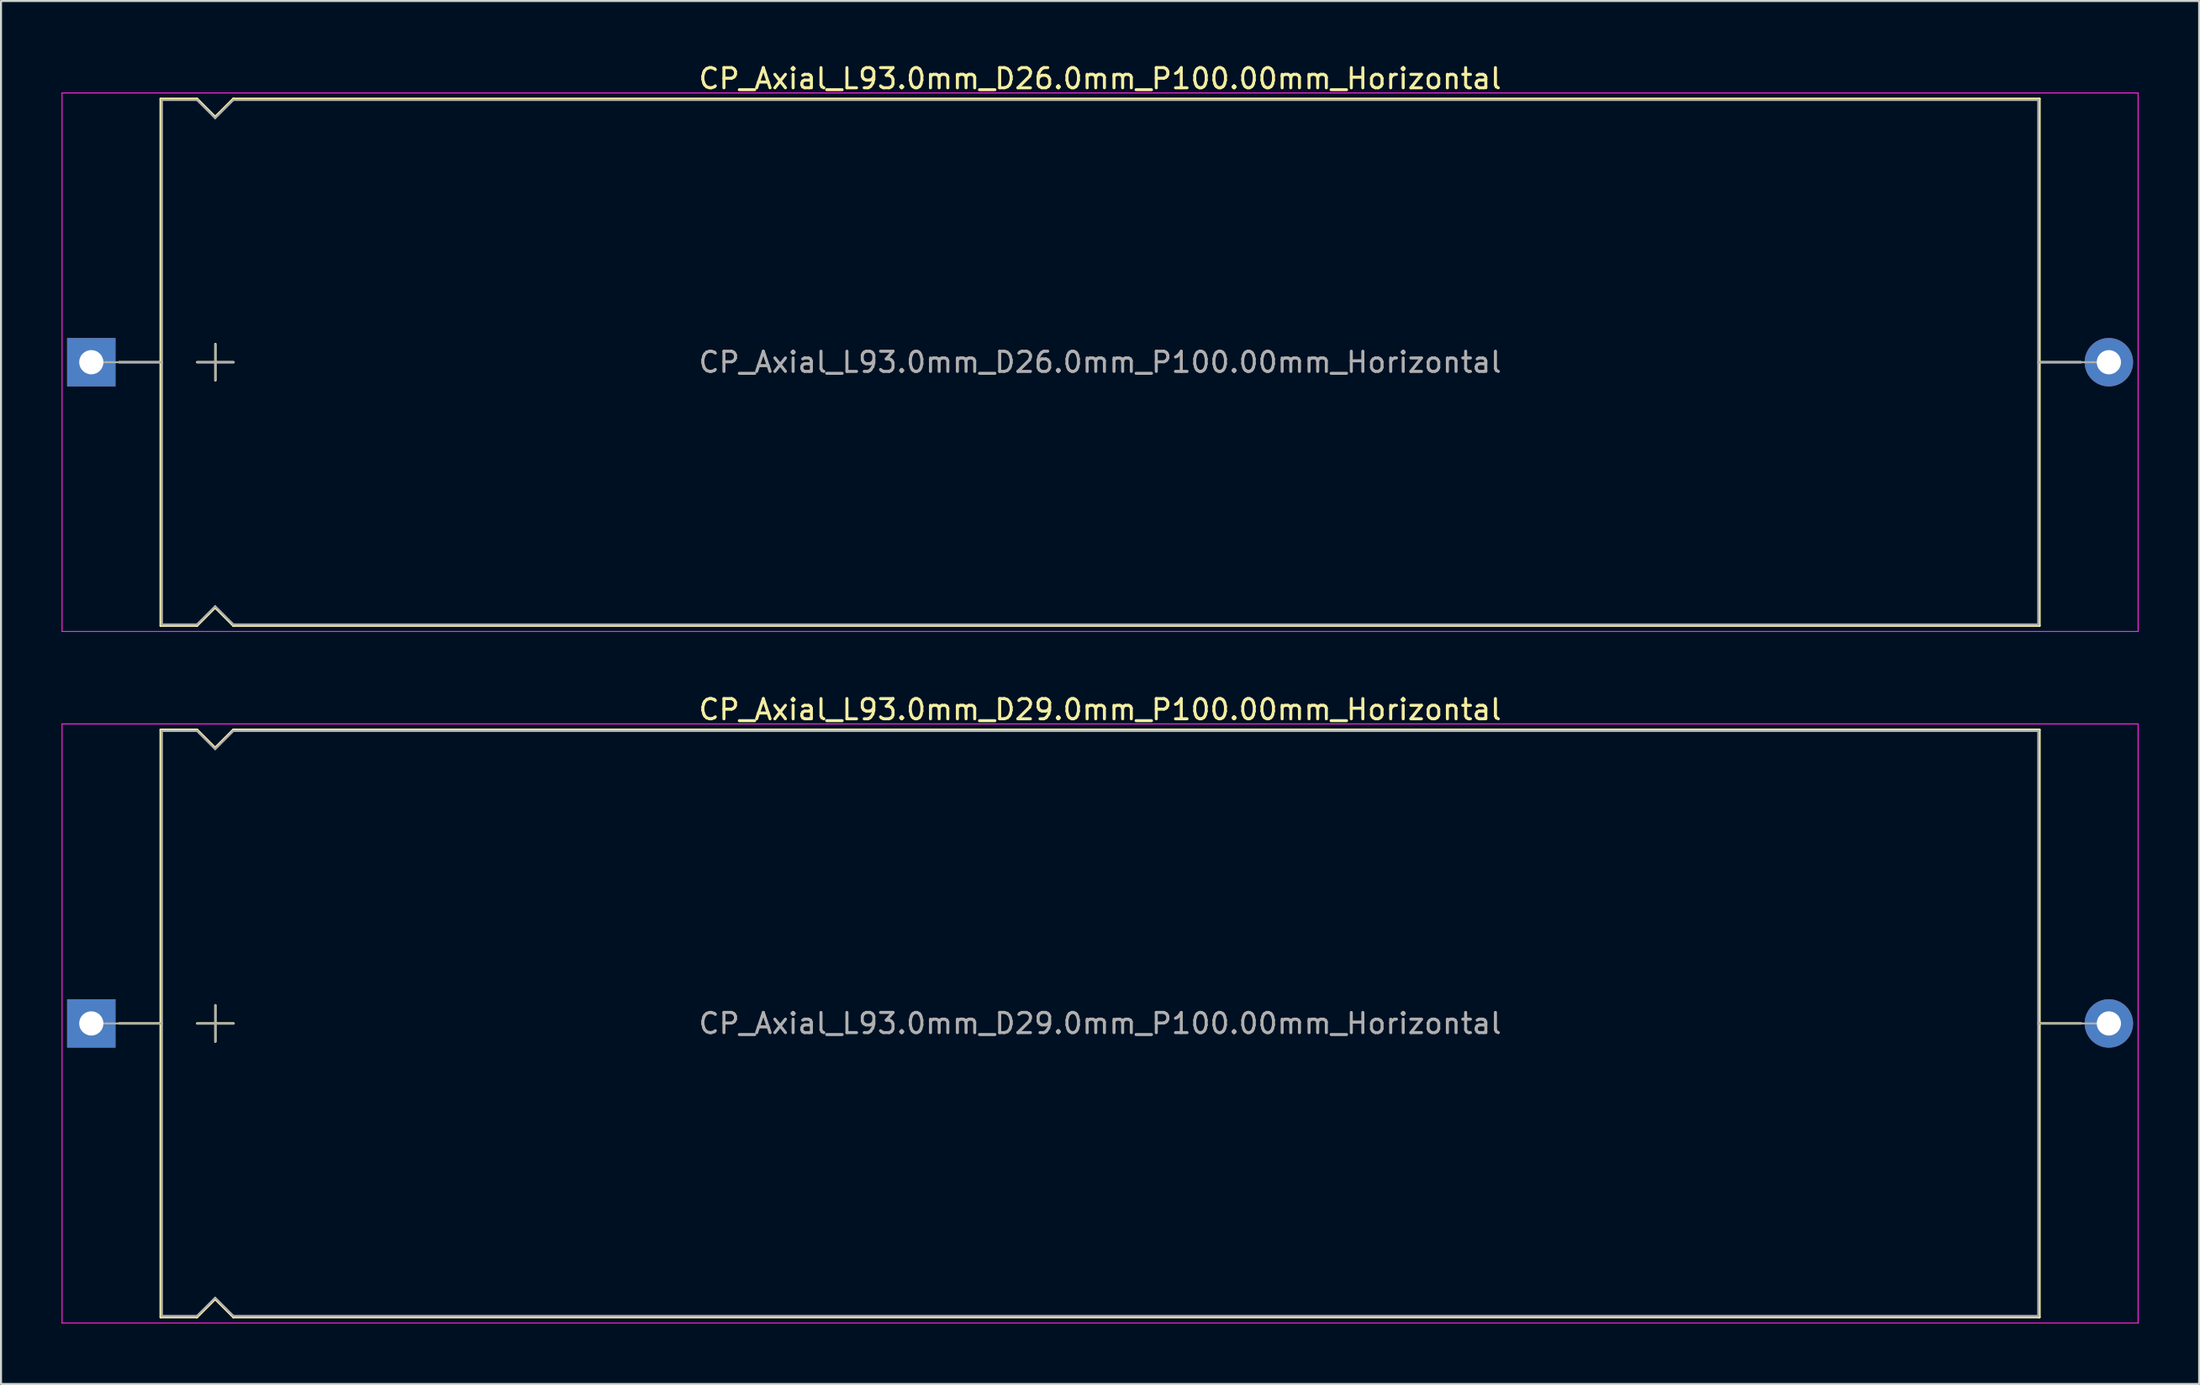
<source format=kicad_pcb>
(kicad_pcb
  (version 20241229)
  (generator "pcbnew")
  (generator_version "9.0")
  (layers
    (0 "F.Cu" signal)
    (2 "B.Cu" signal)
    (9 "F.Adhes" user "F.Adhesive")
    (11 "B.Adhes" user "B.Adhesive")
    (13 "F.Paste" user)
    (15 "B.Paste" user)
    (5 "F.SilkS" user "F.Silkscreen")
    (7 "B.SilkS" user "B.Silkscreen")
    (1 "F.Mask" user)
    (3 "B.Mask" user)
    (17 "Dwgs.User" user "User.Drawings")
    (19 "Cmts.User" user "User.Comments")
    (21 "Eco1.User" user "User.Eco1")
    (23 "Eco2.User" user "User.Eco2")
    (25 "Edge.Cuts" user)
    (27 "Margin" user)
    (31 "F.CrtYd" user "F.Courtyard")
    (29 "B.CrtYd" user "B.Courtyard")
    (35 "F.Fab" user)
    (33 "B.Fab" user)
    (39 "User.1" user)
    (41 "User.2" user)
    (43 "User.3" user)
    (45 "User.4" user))
  (footprint "CP_Axial_L93.0mm_D29.0mm_P100.00mm_Horizontal"
    (layer "F.Cu")
    (at 1.475 47.691)
    (property "Reference" "CP_Axial_L93.0mm_D29.0mm_P100.00mm_Horizontal" (at 50 -15.56 0) (layer "F.SilkS") (effects (font (size 1 1) (thickness 0.15))))
    (attr through_hole)
    (fp_line (start 1.38 0) (end 3.44 0) (stroke (width 0.12) (type solid)) (layer "F.SilkS"))
    (fp_line (start 3.44 -14.56) (end 3.44 14.56) (stroke (width 0.12) (type solid)) (layer "F.SilkS"))
    (fp_line (start 3.44 -14.56) (end 5.24 -14.56) (stroke (width 0.12) (type solid)) (layer "F.SilkS"))
    (fp_line (start 3.44 14.56) (end 5.24 14.56) (stroke (width 0.12) (type solid)) (layer "F.SilkS"))
    (fp_line (start 5.24 -14.56) (end 6.14 -13.66) (stroke (width 0.12) (type solid)) (layer "F.SilkS"))
    (fp_line (start 5.24 14.56) (end 6.14 13.66) (stroke (width 0.12) (type solid)) (layer "F.SilkS"))
    (fp_line (start 5.25 0) (end 7.05 0) (stroke (width 0.12) (type solid)) (layer "F.SilkS"))
    (fp_line (start 6.14 -13.66) (end 7.04 -14.56) (stroke (width 0.12) (type solid)) (layer "F.SilkS"))
    (fp_line (start 6.14 13.66) (end 7.04 14.56) (stroke (width 0.12) (type solid)) (layer "F.SilkS"))
    (fp_line (start 6.15 -0.9) (end 6.15 0.9) (stroke (width 0.12) (type solid)) (layer "F.SilkS"))
    (fp_line (start 7.04 -14.56) (end 96.56 -14.56) (stroke (width 0.12) (type solid)) (layer "F.SilkS"))
    (fp_line (start 7.04 14.56) (end 96.56 14.56) (stroke (width 0.12) (type solid)) (layer "F.SilkS"))
    (fp_line (start 96.56 -14.56) (end 96.56 14.56) (stroke (width 0.12) (type solid)) (layer "F.SilkS"))
    (fp_line (start 98.62 0) (end 96.56 0) (stroke (width 0.12) (type solid)) (layer "F.SilkS"))
    (fp_line (start -1.45 -14.85) (end -1.45 14.85) (stroke (width 0.05) (type solid)) (layer "F.CrtYd"))
    (fp_line (start -1.45 14.85) (end 101.45 14.85) (stroke (width 0.05) (type solid)) (layer "F.CrtYd"))
    (fp_line (start 101.45 -14.85) (end -1.45 -14.85) (stroke (width 0.05) (type solid)) (layer "F.CrtYd"))
    (fp_line (start 101.45 14.85) (end 101.45 -14.85) (stroke (width 0.05) (type solid)) (layer "F.CrtYd"))
    (fp_line (start 0 0) (end 3.5 0) (stroke (width 0.1) (type solid)) (layer "F.Fab"))
    (fp_line (start 3.5 -14.5) (end 3.5 14.5) (stroke (width 0.1) (type solid)) (layer "F.Fab"))
    (fp_line (start 3.5 -14.5) (end 5.24 -14.5) (stroke (width 0.1) (type solid)) (layer "F.Fab"))
    (fp_line (start 3.5 14.5) (end 5.24 14.5) (stroke (width 0.1) (type solid)) (layer "F.Fab"))
    (fp_line (start 5.24 -14.5) (end 6.14 -13.6) (stroke (width 0.1) (type solid)) (layer "F.Fab"))
    (fp_line (start 5.24 14.5) (end 6.14 13.6) (stroke (width 0.1) (type solid)) (layer "F.Fab"))
    (fp_line (start 5.25 0) (end 7.05 0) (stroke (width 0.1) (type solid)) (layer "F.Fab"))
    (fp_line (start 6.14 -13.6) (end 7.04 -14.5) (stroke (width 0.1) (type solid)) (layer "F.Fab"))
    (fp_line (start 6.14 13.6) (end 7.04 14.5) (stroke (width 0.1) (type solid)) (layer "F.Fab"))
    (fp_line (start 6.15 -0.9) (end 6.15 0.9) (stroke (width 0.1) (type solid)) (layer "F.Fab"))
    (fp_line (start 7.04 -14.5) (end 96.5 -14.5) (stroke (width 0.1) (type solid)) (layer "F.Fab"))
    (fp_line (start 7.04 14.5) (end 96.5 14.5) (stroke (width 0.1) (type solid)) (layer "F.Fab"))
    (fp_line (start 96.5 -14.5) (end 96.5 14.5) (stroke (width 0.1) (type solid)) (layer "F.Fab"))
    (fp_line (start 100 0) (end 96.5 0) (stroke (width 0.1) (type solid)) (layer "F.Fab"))
    (fp_text user "${REFERENCE}" (at 50 0 0) (layer "F.Fab") (effects (font (size 1 1) (thickness 0.15))))
    (pad "1" thru_hole rect (at 0 0) (size 2.4 2.4) (drill 1.2) (layers "*.Cu" "*.Mask"))
    (pad "2" thru_hole oval (at 100 0) (size 2.4 2.4) (drill 1.2) (layers "*.Cu" "*.Mask")))
  (footprint "CP_Axial_L93.0mm_D26.0mm_P100.00mm_Horizontal"
    (layer "F.Cu")
    (at 1.475 14.908)
    (property "Reference" "CP_Axial_L93.0mm_D26.0mm_P100.00mm_Horizontal" (at 50 -14.06 0) (layer "F.SilkS") (effects (font (size 1 1) (thickness 0.15))))
    (attr through_hole)
    (fp_line (start 1.38 0) (end 3.44 0) (stroke (width 0.12) (type solid)) (layer "F.SilkS"))
    (fp_line (start 3.44 -13.06) (end 3.44 13.06) (stroke (width 0.12) (type solid)) (layer "F.SilkS"))
    (fp_line (start 3.44 -13.06) (end 5.24 -13.06) (stroke (width 0.12) (type solid)) (layer "F.SilkS"))
    (fp_line (start 3.44 13.06) (end 5.24 13.06) (stroke (width 0.12) (type solid)) (layer "F.SilkS"))
    (fp_line (start 5.24 -13.06) (end 6.14 -12.16) (stroke (width 0.12) (type solid)) (layer "F.SilkS"))
    (fp_line (start 5.24 13.06) (end 6.14 12.16) (stroke (width 0.12) (type solid)) (layer "F.SilkS"))
    (fp_line (start 5.25 0) (end 7.05 0) (stroke (width 0.12) (type solid)) (layer "F.SilkS"))
    (fp_line (start 6.14 -12.16) (end 7.04 -13.06) (stroke (width 0.12) (type solid)) (layer "F.SilkS"))
    (fp_line (start 6.14 12.16) (end 7.04 13.06) (stroke (width 0.12) (type solid)) (layer "F.SilkS"))
    (fp_line (start 6.15 -0.9) (end 6.15 0.9) (stroke (width 0.12) (type solid)) (layer "F.SilkS"))
    (fp_line (start 7.04 -13.06) (end 96.56 -13.06) (stroke (width 0.12) (type solid)) (layer "F.SilkS"))
    (fp_line (start 7.04 13.06) (end 96.56 13.06) (stroke (width 0.12) (type solid)) (layer "F.SilkS"))
    (fp_line (start 96.56 -13.06) (end 96.56 13.06) (stroke (width 0.12) (type solid)) (layer "F.SilkS"))
    (fp_line (start 98.62 0) (end 96.56 0) (stroke (width 0.12) (type solid)) (layer "F.SilkS"))
    (fp_line (start -1.45 -13.35) (end -1.45 13.35) (stroke (width 0.05) (type solid)) (layer "F.CrtYd"))
    (fp_line (start -1.45 13.35) (end 101.45 13.35) (stroke (width 0.05) (type solid)) (layer "F.CrtYd"))
    (fp_line (start 101.45 -13.35) (end -1.45 -13.35) (stroke (width 0.05) (type solid)) (layer "F.CrtYd"))
    (fp_line (start 101.45 13.35) (end 101.45 -13.35) (stroke (width 0.05) (type solid)) (layer "F.CrtYd"))
    (fp_line (start 0 0) (end 3.5 0) (stroke (width 0.1) (type solid)) (layer "F.Fab"))
    (fp_line (start 3.5 -13) (end 3.5 13) (stroke (width 0.1) (type solid)) (layer "F.Fab"))
    (fp_line (start 3.5 -13) (end 5.24 -13) (stroke (width 0.1) (type solid)) (layer "F.Fab"))
    (fp_line (start 3.5 13) (end 5.24 13) (stroke (width 0.1) (type solid)) (layer "F.Fab"))
    (fp_line (start 5.24 -13) (end 6.14 -12.1) (stroke (width 0.1) (type solid)) (layer "F.Fab"))
    (fp_line (start 5.24 13) (end 6.14 12.1) (stroke (width 0.1) (type solid)) (layer "F.Fab"))
    (fp_line (start 5.25 0) (end 7.05 0) (stroke (width 0.1) (type solid)) (layer "F.Fab"))
    (fp_line (start 6.14 -12.1) (end 7.04 -13) (stroke (width 0.1) (type solid)) (layer "F.Fab"))
    (fp_line (start 6.14 12.1) (end 7.04 13) (stroke (width 0.1) (type solid)) (layer "F.Fab"))
    (fp_line (start 6.15 -0.9) (end 6.15 0.9) (stroke (width 0.1) (type solid)) (layer "F.Fab"))
    (fp_line (start 7.04 -13) (end 96.5 -13) (stroke (width 0.1) (type solid)) (layer "F.Fab"))
    (fp_line (start 7.04 13) (end 96.5 13) (stroke (width 0.1) (type solid)) (layer "F.Fab"))
    (fp_line (start 96.5 -13) (end 96.5 13) (stroke (width 0.1) (type solid)) (layer "F.Fab"))
    (fp_line (start 100 0) (end 96.5 0) (stroke (width 0.1) (type solid)) (layer "F.Fab"))
    (fp_text user "${REFERENCE}" (at 50 0 0) (layer "F.Fab") (effects (font (size 1 1) (thickness 0.15))))
    (pad "1" thru_hole rect (at 0 0) (size 2.4 2.4) (drill 1.2) (layers "*.Cu" "*.Mask"))
    (pad "2" thru_hole oval (at 100 0) (size 2.4 2.4) (drill 1.2) (layers "*.Cu" "*.Mask")))
  (gr_rect
    (start -3 -3)
    (end 105.95 65.567)
    (stroke (width 0.1) (type default))
    (fill no)
    (layer "Edge.Cuts")))
</source>
